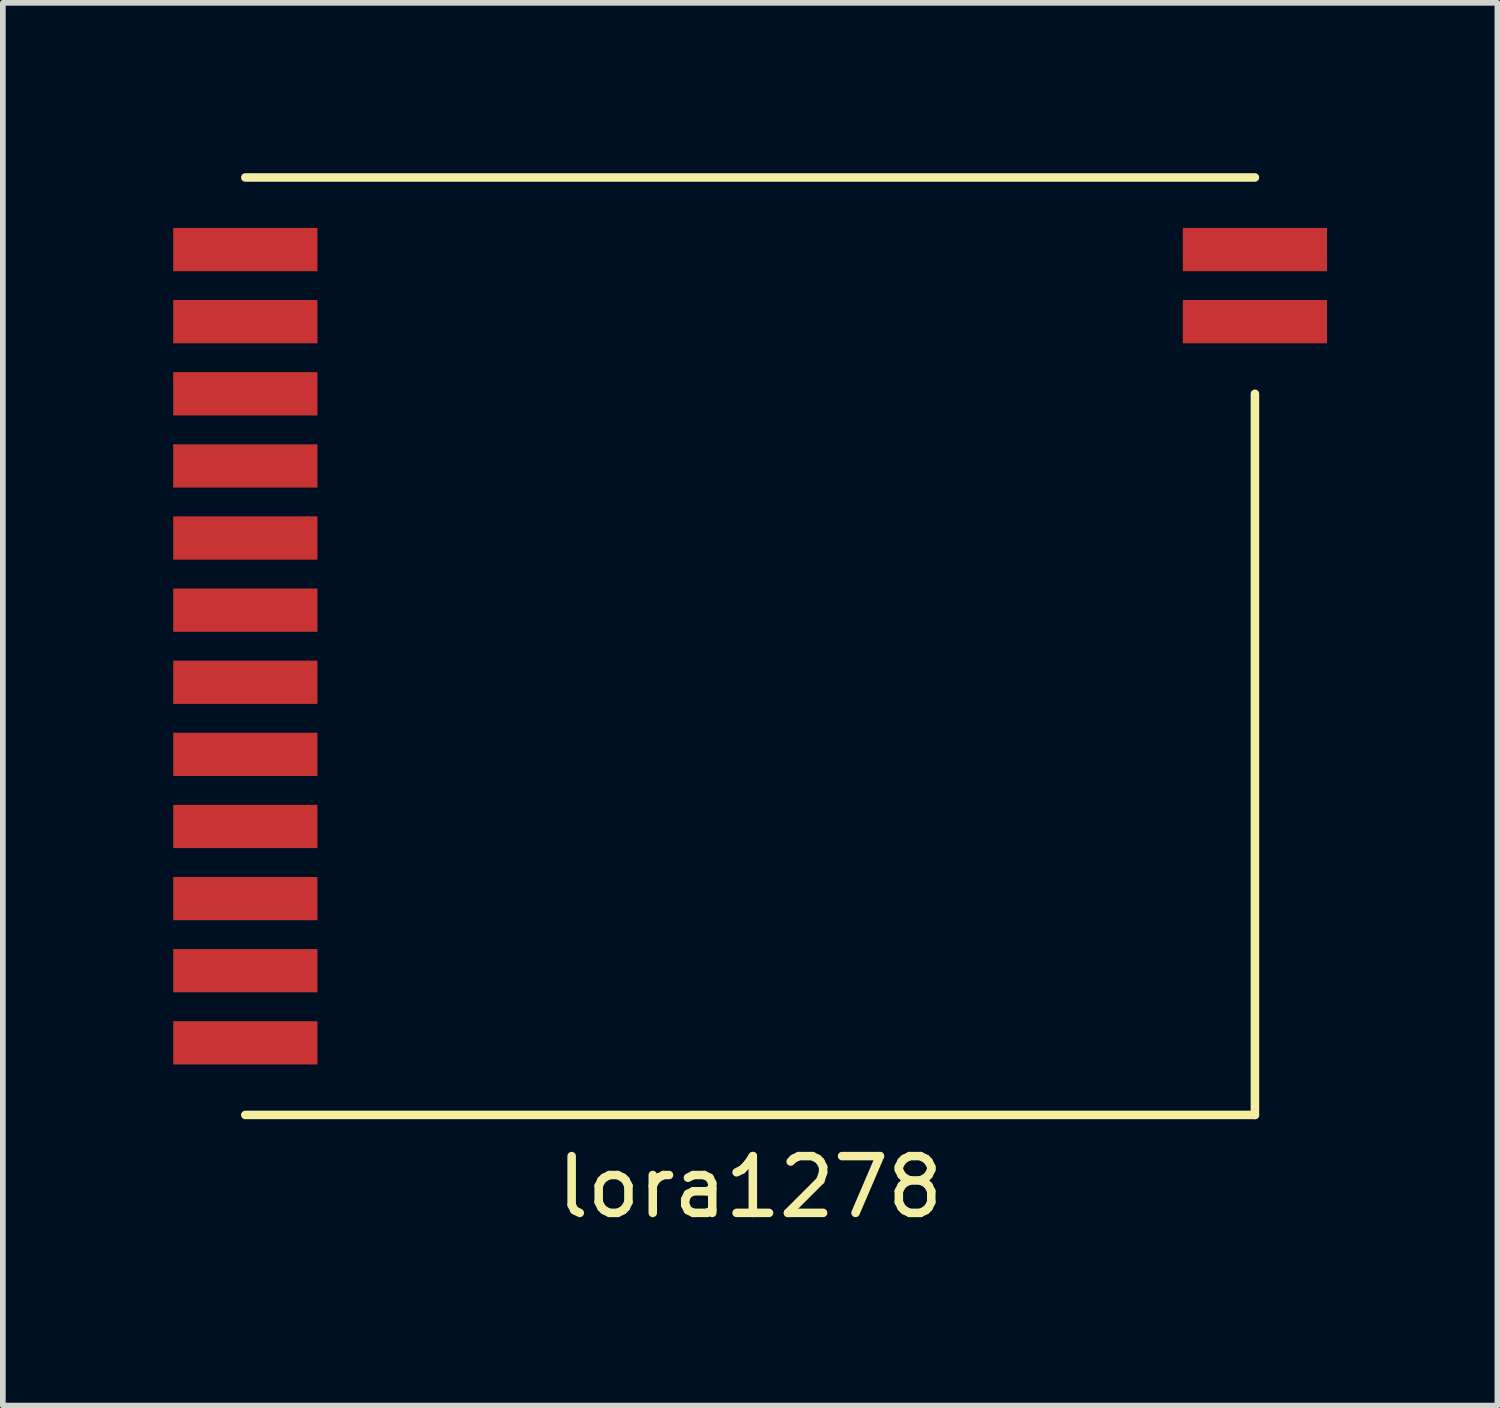
<source format=kicad_pcb>
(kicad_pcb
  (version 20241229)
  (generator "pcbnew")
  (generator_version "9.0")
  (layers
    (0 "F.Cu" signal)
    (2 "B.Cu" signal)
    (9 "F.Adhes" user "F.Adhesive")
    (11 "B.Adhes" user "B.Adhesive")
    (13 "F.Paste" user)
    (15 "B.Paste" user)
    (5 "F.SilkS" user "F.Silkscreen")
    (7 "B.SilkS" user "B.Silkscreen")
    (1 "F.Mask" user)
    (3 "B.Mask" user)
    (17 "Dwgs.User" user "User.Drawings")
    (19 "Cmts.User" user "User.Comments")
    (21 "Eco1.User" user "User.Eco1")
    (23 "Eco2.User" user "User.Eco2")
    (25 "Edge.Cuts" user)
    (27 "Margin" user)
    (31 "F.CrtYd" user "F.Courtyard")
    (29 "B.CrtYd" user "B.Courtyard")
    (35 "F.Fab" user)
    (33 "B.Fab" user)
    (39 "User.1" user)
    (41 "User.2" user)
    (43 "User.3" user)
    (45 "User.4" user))
  (footprint "lora1278"
    (layer "F.Cu")
    (at 1.27 1.345)
    (property "Reference" "lora1278" (at 8.89 16.51 0) (layer "F.SilkS") (effects (font (size 1 1) (thickness 0.15))))
    (attr through_hole)
    (fp_line (start 0 -1.27) (end 17.78 -1.27) (stroke (width 0.15) (type solid)) (layer "F.SilkS"))
    (fp_line (start 0 15.24) (end 17.78 15.24) (stroke (width 0.15) (type solid)) (layer "F.SilkS"))
    (fp_line (start 17.78 15.24) (end 17.78 2.54) (stroke (width 0.15) (type solid)) (layer "F.SilkS"))
    (pad "1" smd rect (at 0 0) (size 2.54 0.762) (layers "F.Cu" "F.Mask" "F.Paste"))
    (pad "2" smd rect (at 0 1.27) (size 2.54 0.762) (layers "F.Cu" "F.Mask" "F.Paste"))
    (pad "3" smd rect (at 0 2.54) (size 2.54 0.762) (layers "F.Cu" "F.Mask" "F.Paste"))
    (pad "4" smd rect (at 0 3.81) (size 2.54 0.762) (layers "F.Cu" "F.Mask" "F.Paste"))
    (pad "5" smd rect (at 0 5.08) (size 2.54 0.762) (layers "F.Cu" "F.Mask" "F.Paste"))
    (pad "6" smd rect (at 0 6.35) (size 2.54 0.762) (layers "F.Cu" "F.Mask" "F.Paste"))
    (pad "7" smd rect (at 0 7.62) (size 2.54 0.762) (layers "F.Cu" "F.Mask" "F.Paste"))
    (pad "8" smd rect (at 0 8.89) (size 2.54 0.762) (layers "F.Cu" "F.Mask" "F.Paste"))
    (pad "9" smd rect (at 0 10.16) (size 2.54 0.762) (layers "F.Cu" "F.Mask" "F.Paste"))
    (pad "10" smd rect (at 0 11.43) (size 2.54 0.762) (layers "F.Cu" "F.Mask" "F.Paste"))
    (pad "11" smd rect (at 0 12.7) (size 2.54 0.762) (layers "F.Cu" "F.Mask" "F.Paste"))
    (pad "12" smd rect (at 0 13.97) (size 2.54 0.762) (layers "F.Cu" "F.Mask" "F.Paste"))
    (pad "13" smd rect (at 17.78 0) (size 2.54 0.762) (layers "F.Cu" "F.Mask" "F.Paste"))
    (pad "14" smd rect (at 17.78 1.27) (size 2.54 0.762) (layers "F.Cu" "F.Mask" "F.Paste")))
  (gr_rect
    (start -3 -3)
    (end 23.32 21.703)
    (stroke (width 0.1) (type default))
    (fill no)
    (layer "Edge.Cuts")))
</source>
